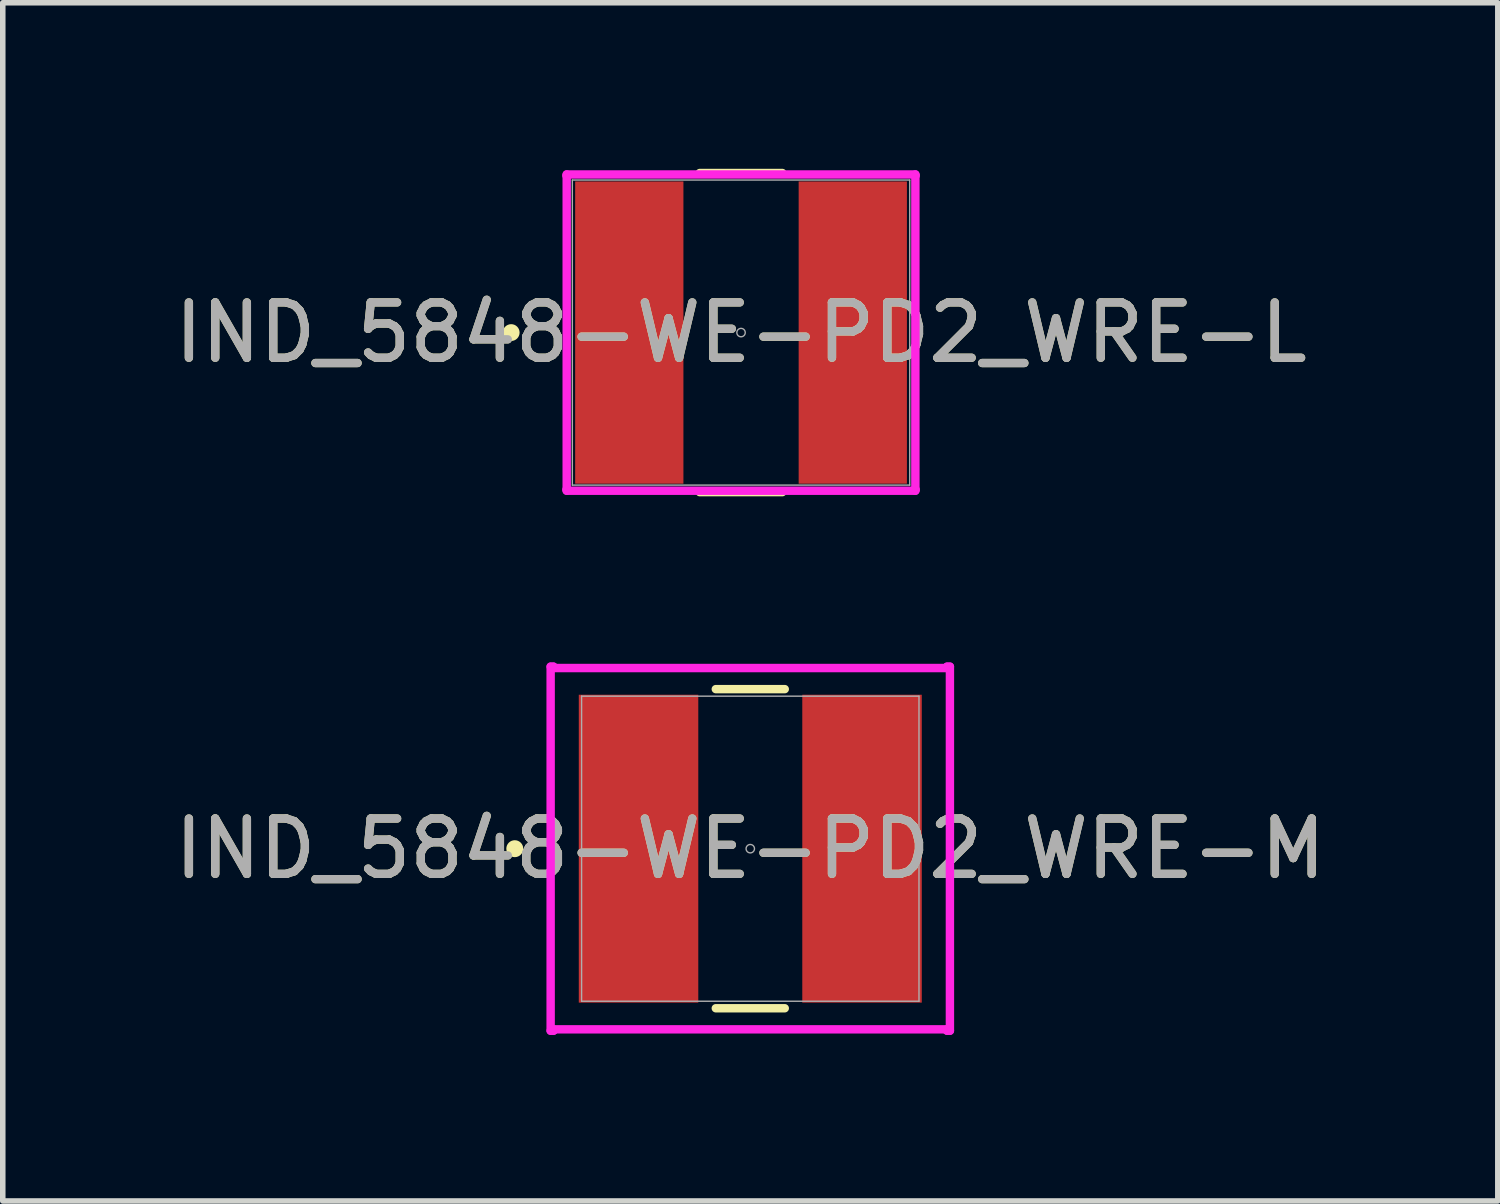
<source format=kicad_pcb>
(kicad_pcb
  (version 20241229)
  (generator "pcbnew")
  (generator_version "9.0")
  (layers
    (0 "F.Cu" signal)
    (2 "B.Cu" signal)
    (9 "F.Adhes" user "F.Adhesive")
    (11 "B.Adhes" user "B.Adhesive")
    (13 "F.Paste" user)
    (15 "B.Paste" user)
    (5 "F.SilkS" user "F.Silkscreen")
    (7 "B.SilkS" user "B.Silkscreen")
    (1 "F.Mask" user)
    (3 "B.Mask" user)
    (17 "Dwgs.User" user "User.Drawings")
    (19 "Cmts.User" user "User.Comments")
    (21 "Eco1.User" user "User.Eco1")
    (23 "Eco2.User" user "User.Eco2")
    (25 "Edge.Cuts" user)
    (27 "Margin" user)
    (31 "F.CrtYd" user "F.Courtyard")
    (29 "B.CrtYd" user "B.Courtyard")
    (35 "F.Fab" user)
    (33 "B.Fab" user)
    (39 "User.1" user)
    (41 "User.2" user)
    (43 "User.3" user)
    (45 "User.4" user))
  (footprint "IND_5848-WE-PD2_WRE-M"
    (layer "F.Cu")
    (at 10.506 12.284)
    (property "Reference" "IND_5848-WE-PD2_WRE-M" (at 0 0 0) (unlocked yes) (layer "F.SilkS") (effects (font (size 1 1) (thickness 0.15))))
    (attr smd)
    (fp_line (start -0.623 2.883) (end 0.623 2.883) (stroke (width 0.152) (type solid)) (layer "F.SilkS"))
    (fp_line (start 0.623 -2.883) (end -0.623 -2.883) (stroke (width 0.152) (type solid)) (layer "F.SilkS"))
    (fp_circle (center -4.255 0) (end -4.178 0) (stroke (width 0.152) (type solid)) (fill no) (layer "F.SilkS"))
    (fp_line (start -3.607 -3.289) (end -3.556 -3.289) (stroke (width 0.152) (type solid)) (layer "F.CrtYd"))
    (fp_line (start -3.607 3.289) (end -3.607 -3.289) (stroke (width 0.152) (type solid)) (layer "F.CrtYd"))
    (fp_line (start -3.607 3.289) (end -3.556 3.289) (stroke (width 0.152) (type solid)) (layer "F.CrtYd"))
    (fp_line (start -3.556 -3.289) (end -3.556 -3.264) (stroke (width 0.152) (type solid)) (layer "F.CrtYd"))
    (fp_line (start -3.556 -3.264) (end 3.556 -3.264) (stroke (width 0.152) (type solid)) (layer "F.CrtYd"))
    (fp_line (start -3.556 3.264) (end -3.556 3.289) (stroke (width 0.152) (type solid)) (layer "F.CrtYd"))
    (fp_line (start 3.556 -3.264) (end 3.556 -3.289) (stroke (width 0.152) (type solid)) (layer "F.CrtYd"))
    (fp_line (start 3.556 3.264) (end -3.556 3.264) (stroke (width 0.152) (type solid)) (layer "F.CrtYd"))
    (fp_line (start 3.556 3.289) (end 3.556 3.264) (stroke (width 0.152) (type solid)) (layer "F.CrtYd"))
    (fp_line (start 3.607 -3.289) (end 3.556 -3.289) (stroke (width 0.152) (type solid)) (layer "F.CrtYd"))
    (fp_line (start 3.607 -3.289) (end 3.607 3.289) (stroke (width 0.152) (type solid)) (layer "F.CrtYd"))
    (fp_line (start 3.607 3.289) (end 3.556 3.289) (stroke (width 0.152) (type solid)) (layer "F.CrtYd"))
    (fp_line (start -3.048 -2.756) (end -3.048 2.756) (stroke (width 0.025) (type solid)) (layer "F.Fab"))
    (fp_line (start -3.048 2.756) (end 3.048 2.756) (stroke (width 0.025) (type solid)) (layer "F.Fab"))
    (fp_line (start 3.048 -2.756) (end -3.048 -2.756) (stroke (width 0.025) (type solid)) (layer "F.Fab"))
    (fp_line (start 3.048 2.756) (end 3.048 -2.756) (stroke (width 0.025) (type solid)) (layer "F.Fab"))
    (fp_circle (center 0 0) (end 0.076 0) (stroke (width 0.025) (type solid)) (fill no) (layer "F.Fab"))
    (fp_text user "${REFERENCE}" (at 0 0 0) (unlocked yes) (layer "F.Fab") (effects (font (size 1 1) (thickness 0.15))))
    (pad "1" smd rect (at -2.019 0) (size 2.159 5.563) (layers "F.Cu" "F.Mask" "F.Paste"))
    (pad "2" smd rect (at 2.019 0) (size 2.159 5.563) (layers "F.Cu" "F.Mask" "F.Paste")))
  (footprint "IND_5848-WE-PD2_WRE-L"
    (layer "F.Cu")
    (at 10.339 2.959)
    (property "Reference" "IND_5848-WE-PD2_WRE-L" (at 0 0 0) (unlocked yes) (layer "F.SilkS") (effects (font (size 1 1) (thickness 0.15))))
    (attr smd)
    (fp_line (start -0.746 2.883) (end 0.746 2.883) (stroke (width 0.152) (type solid)) (layer "F.SilkS"))
    (fp_line (start 0.746 -2.883) (end -0.746 -2.883) (stroke (width 0.152) (type solid)) (layer "F.SilkS"))
    (fp_circle (center -4.153 0) (end -4.077 0) (stroke (width 0.152) (type solid)) (fill no) (layer "F.SilkS"))
    (fp_line (start -3.15 -2.857) (end 3.15 -2.857) (stroke (width 0.152) (type solid)) (layer "F.CrtYd"))
    (fp_line (start -3.15 -2.832) (end -3.15 -2.857) (stroke (width 0.152) (type solid)) (layer "F.CrtYd"))
    (fp_line (start -3.15 -2.832) (end -3.15 -2.832) (stroke (width 0.152) (type solid)) (layer "F.CrtYd"))
    (fp_line (start -3.15 2.832) (end -3.15 -2.832) (stroke (width 0.152) (type solid)) (layer "F.CrtYd"))
    (fp_line (start -3.15 2.832) (end -3.15 2.832) (stroke (width 0.152) (type solid)) (layer "F.CrtYd"))
    (fp_line (start -3.15 2.857) (end -3.15 2.832) (stroke (width 0.152) (type solid)) (layer "F.CrtYd"))
    (fp_line (start 3.15 -2.857) (end 3.15 -2.832) (stroke (width 0.152) (type solid)) (layer "F.CrtYd"))
    (fp_line (start 3.15 -2.832) (end 3.15 -2.832) (stroke (width 0.152) (type solid)) (layer "F.CrtYd"))
    (fp_line (start 3.15 -2.832) (end 3.15 2.832) (stroke (width 0.152) (type solid)) (layer "F.CrtYd"))
    (fp_line (start 3.15 2.832) (end 3.15 2.832) (stroke (width 0.152) (type solid)) (layer "F.CrtYd"))
    (fp_line (start 3.15 2.832) (end 3.15 2.857) (stroke (width 0.152) (type solid)) (layer "F.CrtYd"))
    (fp_line (start 3.15 2.857) (end -3.15 2.857) (stroke (width 0.152) (type solid)) (layer "F.CrtYd"))
    (fp_line (start -3.048 -2.756) (end -3.048 2.756) (stroke (width 0.025) (type solid)) (layer "F.Fab"))
    (fp_line (start -3.048 2.756) (end 3.048 2.756) (stroke (width 0.025) (type solid)) (layer "F.Fab"))
    (fp_line (start 3.048 -2.756) (end -3.048 -2.756) (stroke (width 0.025) (type solid)) (layer "F.Fab"))
    (fp_line (start 3.048 2.756) (end 3.048 -2.756) (stroke (width 0.025) (type solid)) (layer "F.Fab"))
    (fp_circle (center 0 0) (end 0.076 0) (stroke (width 0.025) (type solid)) (fill no) (layer "F.Fab"))
    (fp_text user "${REFERENCE}" (at 0 0 0) (unlocked yes) (layer "F.Fab") (effects (font (size 1 1) (thickness 0.15))))
    (pad "1" smd rect (at -2.019 0) (size 1.956 5.461) (layers "F.Cu" "F.Mask" "F.Paste"))
    (pad "2" smd rect (at 2.019 0) (size 1.956 5.461) (layers "F.Cu" "F.Mask" "F.Paste")))
  (gr_rect
    (start -3 -3)
    (end 24.012 18.649)
    (stroke (width 0.1) (type default))
    (fill no)
    (layer "Edge.Cuts")))
</source>
